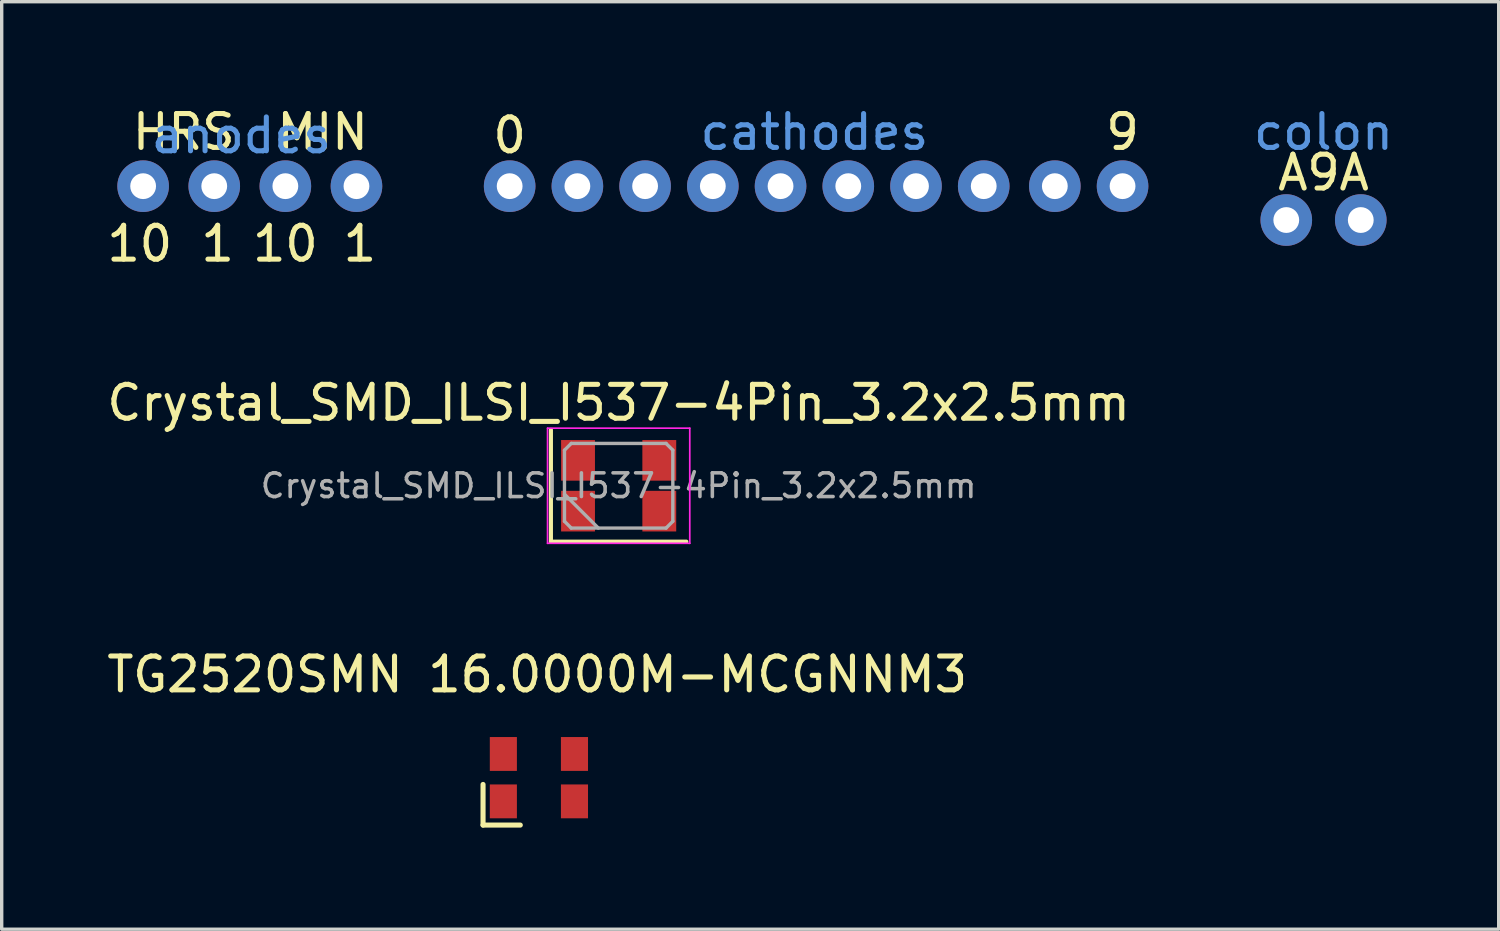
<source format=kicad_pcb>
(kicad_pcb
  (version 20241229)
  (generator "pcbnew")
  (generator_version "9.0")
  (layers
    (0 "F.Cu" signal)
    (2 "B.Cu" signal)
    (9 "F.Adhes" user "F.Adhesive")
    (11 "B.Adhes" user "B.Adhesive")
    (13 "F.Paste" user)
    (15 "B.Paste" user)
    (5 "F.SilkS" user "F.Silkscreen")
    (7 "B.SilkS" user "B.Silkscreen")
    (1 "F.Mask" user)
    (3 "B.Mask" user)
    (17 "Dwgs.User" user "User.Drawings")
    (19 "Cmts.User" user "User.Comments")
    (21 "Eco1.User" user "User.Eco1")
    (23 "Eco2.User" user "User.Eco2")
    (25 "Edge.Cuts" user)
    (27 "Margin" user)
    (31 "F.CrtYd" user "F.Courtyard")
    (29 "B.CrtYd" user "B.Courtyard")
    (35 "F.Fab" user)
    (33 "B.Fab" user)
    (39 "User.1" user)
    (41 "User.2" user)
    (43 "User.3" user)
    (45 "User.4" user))
  (footprint "colon"
    (layer "F.Cu")
    (at 36.036 3.448)
    (property "Reference" "colon" (at 0 -2.6 0) (layer "Cmts.User") (effects (font (size 1 1) (thickness 0.15))))
    (attr through_hole)
    (fp_text user "A9A" (at 0 -1.4 0) (layer "F.SilkS") (effects (font (size 1 1) (thickness 0.15))))
    (pad "1" thru_hole circle (at -1.1 0) (size 1.524 1.524) (drill 0.762) (layers "*.Cu" "*.Mask"))
    (pad "2" thru_hole circle (at 1.1 0) (size 1.524 1.524) (drill 0.762) (layers "*.Cu" "*.Mask")))
  (footprint "anodes"
    (layer "F.Cu")
    (at 4.077 2.448)
    (property "Reference" "anodes" (at 0 -1.5 0) (layer "Cmts.User") (effects (font (size 1 1) (thickness 0.15))))
    (attr through_hole)
    (fp_text user "1" (at -0.7 1.7 0) (layer "F.SilkS") (effects (font (size 1 1) (thickness 0.15))))
    (fp_text user "1" (at 3.5 1.7 0) (layer "F.SilkS") (effects (font (size 1 1) (thickness 0.15))))
    (fp_text user "MIN" (at 2.4 -1.6 0) (layer "F.SilkS") (effects (font (size 1 1) (thickness 0.15))))
    (fp_text user "10" (at -3 1.7 0) (layer "F.SilkS") (effects (font (size 1 1) (thickness 0.15))))
    (fp_text user "HRS" (at -1.7 -1.6 0) (layer "F.SilkS") (effects (font (size 1 1) (thickness 0.15))))
    (fp_text user "10" (at 1.3 1.7 0) (layer "F.SilkS") (effects (font (size 1 1) (thickness 0.15))))
    (pad "1" thru_hole circle (at -2.9 0) (size 1.524 1.524) (drill 0.762) (layers "*.Cu" "*.Mask"))
    (pad "2" thru_hole circle (at -0.8 0) (size 1.524 1.524) (drill 0.762) (layers "*.Cu" "*.Mask"))
    (pad "3" thru_hole circle (at 1.3 0) (size 1.524 1.524) (drill 0.762) (layers "*.Cu" "*.Mask"))
    (pad "4" thru_hole circle (at 3.4 0) (size 1.524 1.524) (drill 0.762) (layers "*.Cu" "*.Mask")))
  (footprint "cathodes"
    (layer "F.Cu")
    (at 21.001 2.448)
    (property "Reference" "cathodes" (at 0 -1.6 0) (layer "Cmts.User") (effects (font (size 1 1) (thickness 0.15))))
    (attr through_hole)
    (fp_text user "0" (at -9 -1.5 0) (layer "F.SilkS") (effects (font (size 1 1) (thickness 0.15))))
    (fp_text user "9" (at 9.1 -1.6 0) (layer "F.SilkS") (effects (font (size 1 1) (thickness 0.15))))
    (pad "1" thru_hole circle (at -9 0) (size 1.524 1.524) (drill 0.762) (layers "*.Cu" "*.Mask"))
    (pad "2" thru_hole circle (at -7 0) (size 1.524 1.524) (drill 0.762) (layers "*.Cu" "*.Mask"))
    (pad "3" thru_hole circle (at -5 0) (size 1.524 1.524) (drill 0.762) (layers "*.Cu" "*.Mask"))
    (pad "4" thru_hole circle (at -3 0) (size 1.524 1.524) (drill 0.762) (layers "*.Cu" "*.Mask"))
    (pad "5" thru_hole circle (at -1 0) (size 1.524 1.524) (drill 0.762) (layers "*.Cu" "*.Mask"))
    (pad "6" thru_hole circle (at 1 0) (size 1.524 1.524) (drill 0.762) (layers "*.Cu" "*.Mask"))
    (pad "7" thru_hole circle (at 3 0) (size 1.524 1.524) (drill 0.762) (layers "*.Cu" "*.Mask"))
    (pad "8" thru_hole circle (at 5 0) (size 1.524 1.524) (drill 0.762) (layers "*.Cu" "*.Mask"))
    (pad "9" thru_hole circle (at 7.1 0) (size 1.524 1.524) (drill 0.762) (layers "*.Cu" "*.Mask"))
    (pad "10" thru_hole circle (at 9.1 0) (size 1.524 1.524) (drill 0.762) (layers "*.Cu" "*.Mask")))
  (footprint "Crystal_SMD_ILSI_I537-4Pin_3.2x2.5mm"
    (layer "F.Cu")
    (at 15.22 11.295)
    (property "Reference" "Crystal_SMD_ILSI_I537-4Pin_3.2x2.5mm" (at 0 -2.45 0) (layer "F.SilkS") (effects (font (size 1 1) (thickness 0.15))))
    (attr smd)
    (fp_line (start -2 -1.65) (end -2 1.65) (stroke (width 0.12) (type solid)) (layer "F.SilkS"))
    (fp_line (start -2 1.65) (end 2 1.65) (stroke (width 0.12) (type solid)) (layer "F.SilkS"))
    (fp_line (start -2.1 -1.7) (end -2.1 1.7) (stroke (width 0.05) (type solid)) (layer "F.CrtYd"))
    (fp_line (start -2.1 1.7) (end 2.1 1.7) (stroke (width 0.05) (type solid)) (layer "F.CrtYd"))
    (fp_line (start 2.1 -1.7) (end -2.1 -1.7) (stroke (width 0.05) (type solid)) (layer "F.CrtYd"))
    (fp_line (start 2.1 1.7) (end 2.1 -1.7) (stroke (width 0.05) (type solid)) (layer "F.CrtYd"))
    (fp_line (start -1.6 -1.05) (end -1.4 -1.25) (stroke (width 0.1) (type solid)) (layer "F.Fab"))
    (fp_line (start -1.6 0.25) (end -0.6 1.25) (stroke (width 0.1) (type solid)) (layer "F.Fab"))
    (fp_line (start -1.6 1.05) (end -1.6 -1.05) (stroke (width 0.1) (type solid)) (layer "F.Fab"))
    (fp_line (start -1.4 -1.25) (end 1.4 -1.25) (stroke (width 0.1) (type solid)) (layer "F.Fab"))
    (fp_line (start -1.4 1.25) (end -1.6 1.05) (stroke (width 0.1) (type solid)) (layer "F.Fab"))
    (fp_line (start 1.4 -1.25) (end 1.6 -1.05) (stroke (width 0.1) (type solid)) (layer "F.Fab"))
    (fp_line (start 1.4 1.25) (end -1.4 1.25) (stroke (width 0.1) (type solid)) (layer "F.Fab"))
    (fp_line (start 1.6 -1.05) (end 1.6 1.05) (stroke (width 0.1) (type solid)) (layer "F.Fab"))
    (fp_line (start 1.6 1.05) (end 1.4 1.25) (stroke (width 0.1) (type solid)) (layer "F.Fab"))
    (fp_text user "${REFERENCE}" (at 0 0 0) (layer "F.Fab") (effects (font (size 0.7 0.7) (thickness 0.105))))
    (pad "1" smd rect (at -1.2 0.75) (size 1 1.2) (layers "F.Cu" "F.Mask" "F.Paste"))
    (pad "2" smd rect (at 1.2 0.75) (size 1 1.2) (layers "F.Cu" "F.Mask" "F.Paste"))
    (pad "3" smd rect (at 1.2 -0.75) (size 1 1.2) (layers "F.Cu" "F.Mask" "F.Paste"))
    (pad "4" smd rect (at -1.2 -0.75) (size 1 1.2) (layers "F.Cu" "F.Mask" "F.Paste")))
  (footprint "TG2520SMN 16.0000M-MCGNNM3"
    (layer "F.Cu")
    (at 12.815 19.916)
    (property "Reference" "TG2520SMN 16.0000M-MCGNNM3" (at 0 -3.048 0) (layer "F.SilkS") (effects (font (size 1 1) (thickness 0.15))))
    (attr through_hole)
    (fp_line (start -1.6 0.2) (end -1.6 1.4) (stroke (width 0.15) (type solid)) (layer "F.SilkS"))
    (fp_line (start -1.6 1.4) (end -0.5 1.4) (stroke (width 0.15) (type solid)) (layer "F.SilkS"))
    (pad "1" smd rect (at -1 0.7) (size 0.8 1) (layers "F.Cu" "F.Mask" "F.Paste"))
    (pad "2" smd rect (at 1.1 0.7) (size 0.8 1) (layers "F.Cu" "F.Mask" "F.Paste"))
    (pad "3" smd rect (at 1.1 -0.7) (size 0.8 1) (layers "F.Cu" "F.Mask" "F.Paste"))
    (pad "4" smd rect (at -1 -0.7) (size 0.8 1) (layers "F.Cu" "F.Mask" "F.Paste")))
  (gr_rect
    (start -3 -3)
    (end 41.209 24.391)
    (stroke (width 0.1) (type default))
    (fill no)
    (layer "Edge.Cuts")))
</source>
